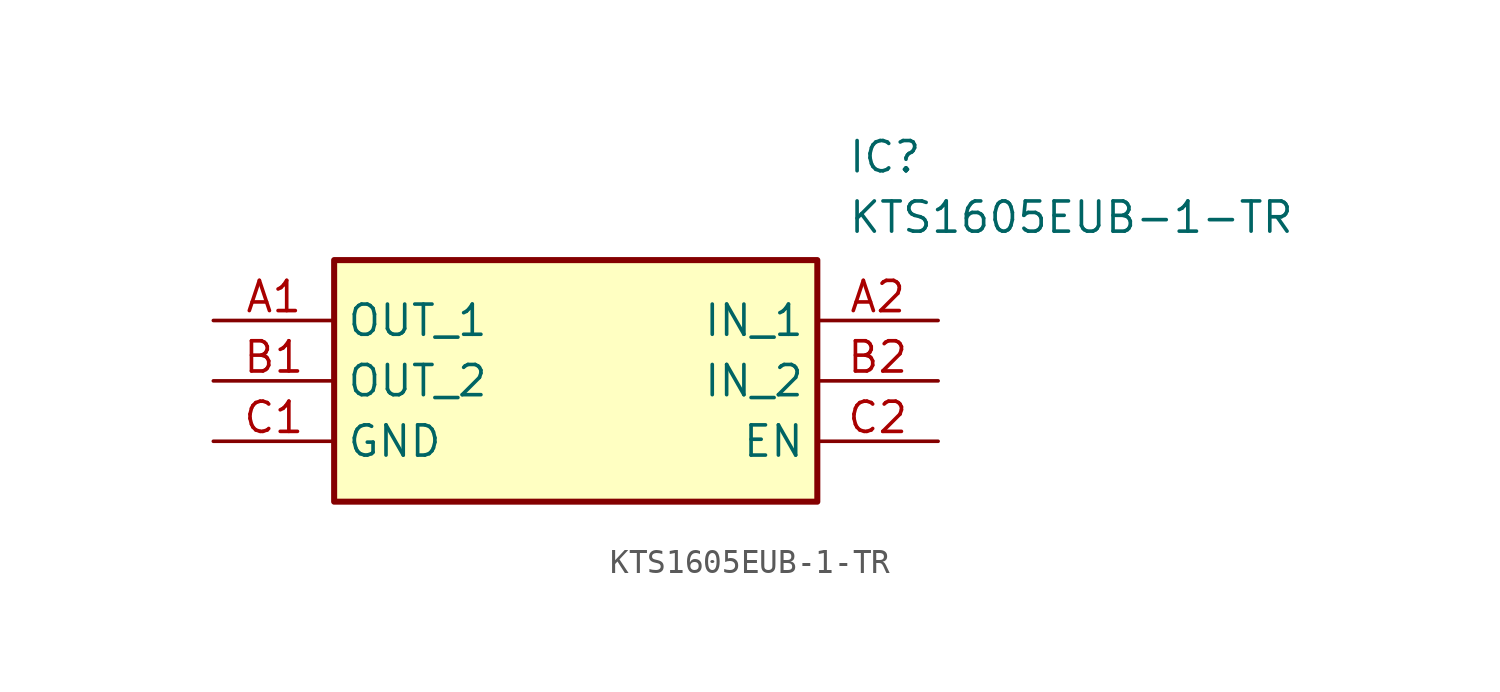
<source format=kicad_sym>
(kicad_symbol_lib
  (version 20211014)
  (generator SamacSys_ECAD_Model)
  (symbol "KTS1605EUB-1-TR"
    (property "Reference" "IC"
      (at 26.67 7.62 0)
      (effects (font (size 1.27 1.27)) (justify left top)))
    (property "Value" "KTS1605EUB-1-TR"
      (at 26.67 5.08 0)
      (effects (font (size 1.27 1.27)) (justify left top)))
    (rectangle
      (start 5.08 2.54)
      (end 25.4 -7.62)
      (stroke (width 0.254) (type default))
      (fill (type background)))
    (pin passive line
      (at 0 0 0)
      (length 5.08)
      (name "OUT_1" (effects (font (size 1.27 1.27))))
      (number "A1" (effects (font (size 1.27 1.27)))))
    (pin passive line
      (at 30.48 0 180)
      (length 5.08)
      (name "IN_1" (effects (font (size 1.27 1.27))))
      (number "A2" (effects (font (size 1.27 1.27)))))
    (pin passive line
      (at 0 -2.54 0)
      (length 5.08)
      (name "OUT_2" (effects (font (size 1.27 1.27))))
      (number "B1" (effects (font (size 1.27 1.27)))))
    (pin passive line
      (at 30.48 -2.54 180)
      (length 5.08)
      (name "IN_2" (effects (font (size 1.27 1.27))))
      (number "B2" (effects (font (size 1.27 1.27)))))
    (pin passive line
      (at 0 -5.08 0)
      (length 5.08)
      (name "GND" (effects (font (size 1.27 1.27))))
      (number "C1" (effects (font (size 1.27 1.27)))))
    (pin passive line
      (at 30.48 -5.08 180)
      (length 5.08)
      (name "EN" (effects (font (size 1.27 1.27))))
      (number "C2" (effects (font (size 1.27 1.27)))))))
</source>
